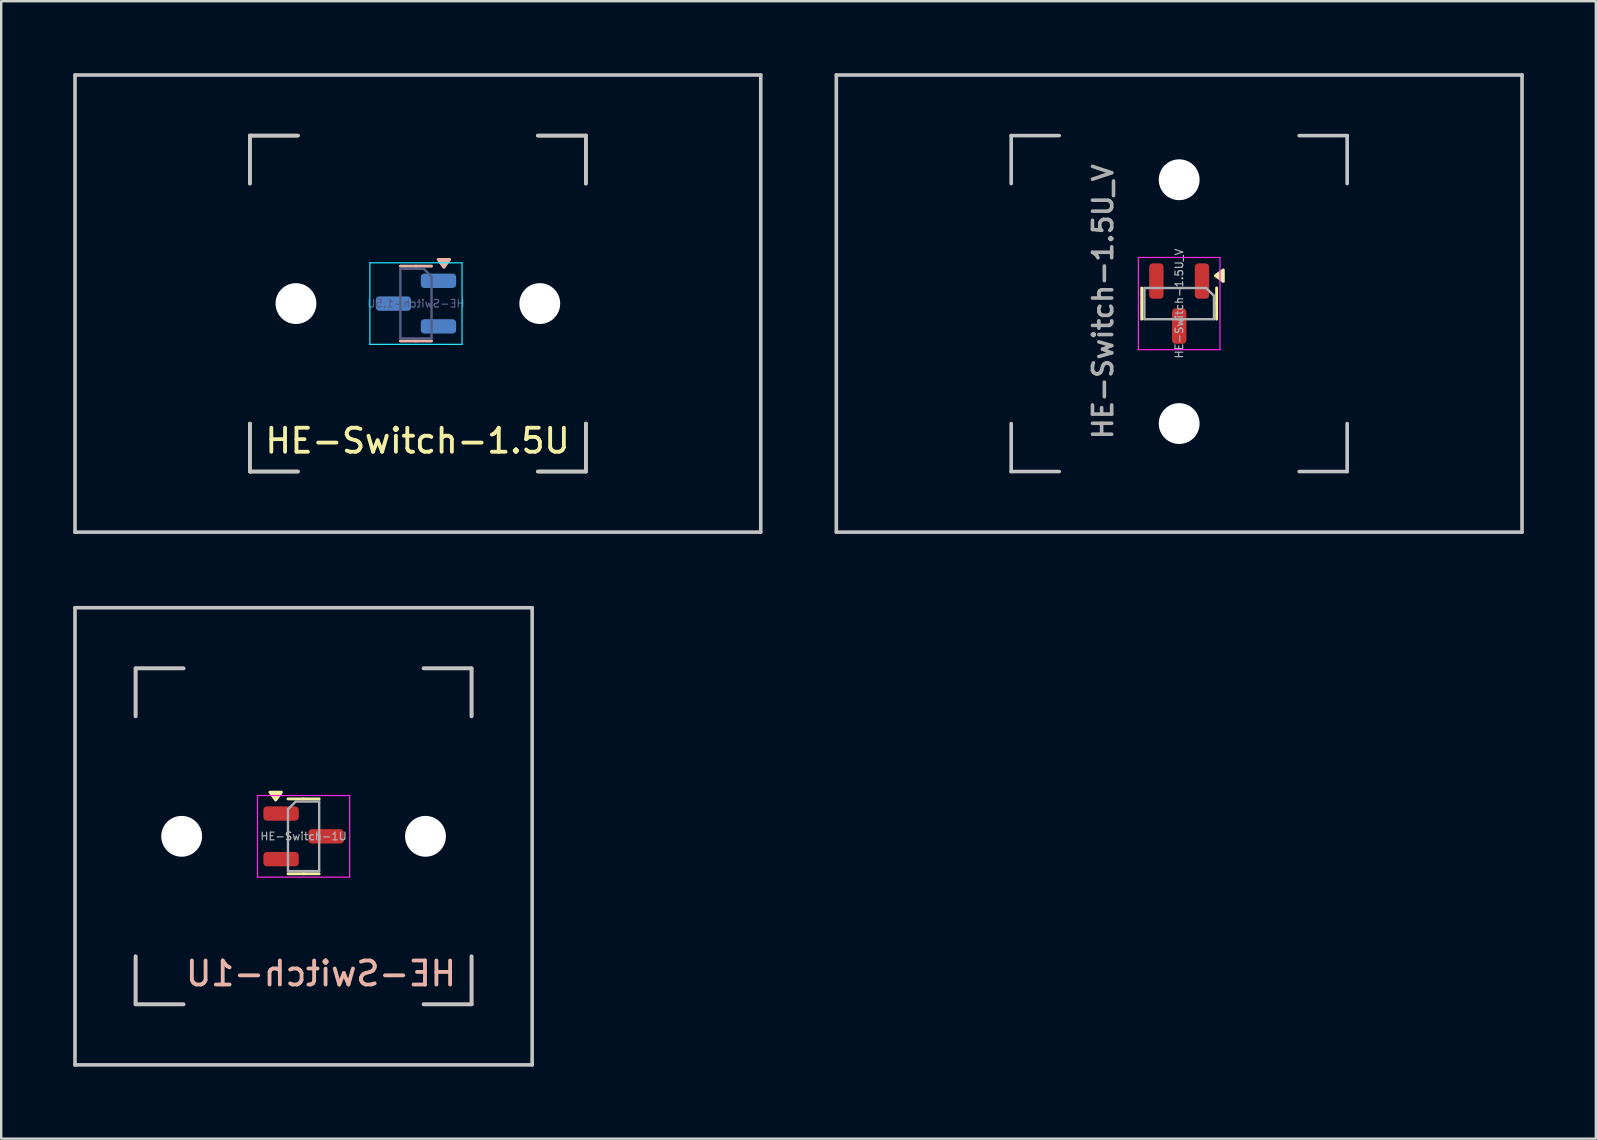
<source format=kicad_pcb>
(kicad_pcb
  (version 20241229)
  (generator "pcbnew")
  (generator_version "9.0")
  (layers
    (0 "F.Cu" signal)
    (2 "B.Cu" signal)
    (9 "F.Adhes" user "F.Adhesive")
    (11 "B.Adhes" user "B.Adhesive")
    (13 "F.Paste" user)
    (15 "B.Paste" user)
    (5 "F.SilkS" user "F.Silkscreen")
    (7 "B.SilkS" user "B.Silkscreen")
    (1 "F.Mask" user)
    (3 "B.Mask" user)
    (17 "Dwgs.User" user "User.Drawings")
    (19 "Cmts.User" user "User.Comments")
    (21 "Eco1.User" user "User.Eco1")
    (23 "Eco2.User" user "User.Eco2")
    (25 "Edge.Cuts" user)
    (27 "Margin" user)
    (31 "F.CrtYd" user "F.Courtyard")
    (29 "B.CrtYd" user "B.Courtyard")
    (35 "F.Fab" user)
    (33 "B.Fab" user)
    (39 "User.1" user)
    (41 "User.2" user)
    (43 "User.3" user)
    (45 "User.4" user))
  (footprint "HE-Switch-1U"
    (layer "F.Cu")
    (at 9.6 31.8)
    (property "Reference" "HE-Switch-1U" (at 6.45 5.72 0) (layer "B.SilkS") (effects (font (size 1 1) (thickness 0.16)) (justify left mirror)))
    (attr smd)
    (fp_line (start -0.65 -1.56) (end 0 -1.56) (stroke (width 0.12) (type solid)) (layer "F.SilkS"))
    (fp_line (start -0.65 1.56) (end 0 1.56) (stroke (width 0.12) (type solid)) (layer "F.SilkS"))
    (fp_line (start 0.65 -1.56) (end 0 -1.56) (stroke (width 0.12) (type solid)) (layer "F.SilkS"))
    (fp_line (start 0.65 1.56) (end 0 1.56) (stroke (width 0.12) (type solid)) (layer "F.SilkS"))
    (fp_poly (pts (xy -1.163 -1.51) (xy -1.403 -1.84) (xy -0.922 -1.84) (xy -1.163 -1.51)) (stroke (width 0.12) (type solid)) (fill yes) (layer "F.SilkS"))
    (fp_line (start -7 -7) (end -7 -5) (stroke (width 0.15) (type solid)) (layer "B.SilkS"))
    (fp_line (start -7 7) (end -7 5) (stroke (width 0.15) (type solid)) (layer "B.SilkS"))
    (fp_line (start -5 -7) (end -7 -7) (stroke (width 0.15) (type solid)) (layer "B.SilkS"))
    (fp_line (start -5 7) (end -7 7) (stroke (width 0.15) (type solid)) (layer "B.SilkS"))
    (fp_line (start 5 -7) (end 7 -7) (stroke (width 0.15) (type solid)) (layer "B.SilkS"))
    (fp_line (start 7 -7) (end 7 -5) (stroke (width 0.15) (type solid)) (layer "B.SilkS"))
    (fp_line (start 7 5) (end 7 7) (stroke (width 0.15) (type solid)) (layer "B.SilkS"))
    (fp_line (start 7 7) (end 5 7) (stroke (width 0.15) (type solid)) (layer "B.SilkS"))
    (fp_line (start -9.525 -9.525) (end 9.525 -9.525) (stroke (width 0.15) (type solid)) (layer "Dwgs.User"))
    (fp_line (start -9.525 9.525) (end -9.525 -9.525) (stroke (width 0.15) (type solid)) (layer "Dwgs.User"))
    (fp_line (start -9.525 9.525) (end 9.525 9.525) (stroke (width 0.15) (type solid)) (layer "Dwgs.User"))
    (fp_line (start -7 -7) (end -7 -5) (stroke (width 0.15) (type solid)) (layer "Dwgs.User"))
    (fp_line (start -7 7) (end -7 5) (stroke (width 0.15) (type solid)) (layer "Dwgs.User"))
    (fp_line (start -5 -7) (end -7 -7) (stroke (width 0.15) (type solid)) (layer "Dwgs.User"))
    (fp_line (start -5 7) (end -7 7) (stroke (width 0.15) (type solid)) (layer "Dwgs.User"))
    (fp_line (start 5 -7) (end 7 -7) (stroke (width 0.15) (type solid)) (layer "Dwgs.User"))
    (fp_line (start 7 -7) (end 7 -5) (stroke (width 0.15) (type solid)) (layer "Dwgs.User"))
    (fp_line (start 7 5) (end 7 7) (stroke (width 0.15) (type solid)) (layer "Dwgs.User"))
    (fp_line (start 7 7) (end 5 7) (stroke (width 0.15) (type solid)) (layer "Dwgs.User"))
    (fp_line (start 9.525 9.525) (end 9.525 -9.525) (stroke (width 0.15) (type solid)) (layer "Dwgs.User"))
    (fp_line (start -1.92 -1.7) (end 1.92 -1.7) (stroke (width 0.05) (type solid)) (layer "F.CrtYd"))
    (fp_line (start -1.92 1.7) (end -1.92 -1.7) (stroke (width 0.05) (type solid)) (layer "F.CrtYd"))
    (fp_line (start 1.92 -1.7) (end 1.92 1.7) (stroke (width 0.05) (type solid)) (layer "F.CrtYd"))
    (fp_line (start 1.92 1.7) (end -1.92 1.7) (stroke (width 0.05) (type solid)) (layer "F.CrtYd"))
    (fp_line (start -0.65 -1.125) (end -0.65 1.45) (stroke (width 0.1) (type solid)) (layer "F.Fab"))
    (fp_line (start -0.65 1.45) (end 0.65 1.45) (stroke (width 0.1) (type solid)) (layer "F.Fab"))
    (fp_line (start -0.325 -1.45) (end -0.65 -1.125) (stroke (width 0.1) (type solid)) (layer "F.Fab"))
    (fp_line (start 0.65 -1.45) (end -0.325 -1.45) (stroke (width 0.1) (type solid)) (layer "F.Fab"))
    (fp_line (start 0.65 1.45) (end 0.65 -1.45) (stroke (width 0.1) (type solid)) (layer "F.Fab"))
    (fp_text user "${REFERENCE}" (at 0 0 0) (layer "F.Fab") (effects (font (size 0.32 0.32) (thickness 0.05))))
    (pad "" np_thru_hole circle (at -5.08 0 311.901) (size 1.702 1.702) (drill 1.702) (layers "*.Cu" "*.Mask"))
    (pad "" np_thru_hole circle (at 5.08 0 311.901) (size 1.702 1.702) (drill 1.702) (layers "*.Cu" "*.Mask"))
    (pad "1" smd roundrect (at -0.938 -0.95) (size 1.475 0.6) (layers "F.Cu" "F.Mask" "F.Paste") (roundrect_rratio 0.25))
    (pad "2" smd roundrect (at -0.938 0.95) (size 1.475 0.6) (layers "F.Cu" "F.Mask" "F.Paste") (roundrect_rratio 0.25))
    (pad "3" smd roundrect (at 0.938 0) (size 1.475 0.6) (layers "F.Cu" "F.Mask" "F.Paste") (roundrect_rratio 0.25)))
  (footprint "HE-Switch-1.5U_V"
    (layer "F.Cu")
    (at 46.087 9.6)
    (property "Reference" "HE-Switch-1.5U_V" (at -3.175 -0.08 270) (layer "F.Fab") (effects (font (size 0.8 0.8) (thickness 0.15))))
    (attr smd)
    (fp_line (start -1.56 -0.65) (end -1.56 0) (stroke (width 0.12) (type solid)) (layer "F.SilkS"))
    (fp_line (start -1.56 0.65) (end -1.56 0) (stroke (width 0.12) (type solid)) (layer "F.SilkS"))
    (fp_line (start 1.56 -0.65) (end 1.56 0) (stroke (width 0.12) (type solid)) (layer "F.SilkS"))
    (fp_line (start 1.56 0.65) (end 1.56 0) (stroke (width 0.12) (type solid)) (layer "F.SilkS"))
    (fp_poly (pts (xy 1.51 -1.163) (xy 1.84 -1.403) (xy 1.84 -0.922) (xy 1.51 -1.163)) (stroke (width 0.12) (type solid)) (fill yes) (layer "F.SilkS"))
    (fp_line (start -14.287 -9.525) (end 14.287 -9.525) (stroke (width 0.15) (type solid)) (layer "Dwgs.User"))
    (fp_line (start -14.287 9.525) (end -14.287 -9.525) (stroke (width 0.15) (type solid)) (layer "Dwgs.User"))
    (fp_line (start -14.287 9.525) (end 14.287 9.525) (stroke (width 0.15) (type solid)) (layer "Dwgs.User"))
    (fp_line (start -7 -7) (end -7 -5) (stroke (width 0.15) (type solid)) (layer "Dwgs.User"))
    (fp_line (start -7 7) (end -7 5) (stroke (width 0.15) (type solid)) (layer "Dwgs.User"))
    (fp_line (start -5 -7) (end -7 -7) (stroke (width 0.15) (type solid)) (layer "Dwgs.User"))
    (fp_line (start -5 7) (end -7 7) (stroke (width 0.15) (type solid)) (layer "Dwgs.User"))
    (fp_line (start 5 -7) (end 7 -7) (stroke (width 0.15) (type solid)) (layer "Dwgs.User"))
    (fp_line (start 7 -7) (end 7 -5) (stroke (width 0.15) (type solid)) (layer "Dwgs.User"))
    (fp_line (start 7 5) (end 7 7) (stroke (width 0.15) (type solid)) (layer "Dwgs.User"))
    (fp_line (start 7 7) (end 5 7) (stroke (width 0.15) (type solid)) (layer "Dwgs.User"))
    (fp_line (start 14.287 9.525) (end 14.287 -9.525) (stroke (width 0.15) (type solid)) (layer "Dwgs.User"))
    (fp_line (start -1.7 -1.92) (end 1.7 -1.92) (stroke (width 0.05) (type solid)) (layer "F.CrtYd"))
    (fp_line (start -1.7 1.92) (end -1.7 -1.92) (stroke (width 0.05) (type solid)) (layer "F.CrtYd"))
    (fp_line (start 1.7 -1.92) (end 1.7 1.92) (stroke (width 0.05) (type solid)) (layer "F.CrtYd"))
    (fp_line (start 1.7 1.92) (end -1.7 1.92) (stroke (width 0.05) (type solid)) (layer "F.CrtYd"))
    (fp_line (start -1.45 -0.65) (end -1.45 0.65) (stroke (width 0.1) (type solid)) (layer "F.Fab"))
    (fp_line (start -1.45 0.65) (end 1.45 0.65) (stroke (width 0.1) (type solid)) (layer "F.Fab"))
    (fp_line (start 1.125 -0.65) (end -1.45 -0.65) (stroke (width 0.1) (type solid)) (layer "F.Fab"))
    (fp_line (start 1.45 -0.325) (end 1.125 -0.65) (stroke (width 0.1) (type solid)) (layer "F.Fab"))
    (fp_line (start 1.45 0.65) (end 1.45 -0.325) (stroke (width 0.1) (type solid)) (layer "F.Fab"))
    (fp_text user "${REFERENCE}" (at 0 0 270) (layer "F.Fab") (effects (font (size 0.32 0.32) (thickness 0.05))))
    (pad "" np_thru_hole circle (at 0 -5.16 221.901) (size 1.702 1.702) (drill 1.702) (layers "*.Cu" "*.Mask"))
    (pad "" np_thru_hole circle (at 0 5 221.901) (size 1.702 1.702) (drill 1.702) (layers "*.Cu" "*.Mask"))
    (pad "1" smd roundrect (at 0.95 -0.938 270) (size 1.475 0.6) (layers "F.Cu" "F.Mask" "F.Paste") (roundrect_rratio 0.25))
    (pad "2" smd roundrect (at -0.95 -0.938 270) (size 1.475 0.6) (layers "F.Cu" "F.Mask" "F.Paste") (roundrect_rratio 0.25))
    (pad "3" smd roundrect (at 0 0.938 270) (size 1.475 0.6) (layers "F.Cu" "F.Mask" "F.Paste") (roundrect_rratio 0.25)))
  (footprint "HE-Switch-1.5U"
    (layer "F.Cu")
    (at 14.363 9.6)
    (property "Reference" "HE-Switch-1.5U" (at -6.45 5.72 0) (layer "F.SilkS") (effects (font (size 1 1) (thickness 0.16)) (justify left)))
    (attr smd)
    (fp_line (start -7 -7) (end -7 -5) (stroke (width 0.15) (type solid)) (layer "F.SilkS"))
    (fp_line (start -7 5) (end -7 7) (stroke (width 0.15) (type solid)) (layer "F.SilkS"))
    (fp_line (start -7 7) (end -5 7) (stroke (width 0.15) (type solid)) (layer "F.SilkS"))
    (fp_line (start -5 -7) (end -7 -7) (stroke (width 0.15) (type solid)) (layer "F.SilkS"))
    (fp_line (start 5 -7) (end 7 -7) (stroke (width 0.15) (type solid)) (layer "F.SilkS"))
    (fp_line (start 5 7) (end 7 7) (stroke (width 0.15) (type solid)) (layer "F.SilkS"))
    (fp_line (start 7 -7) (end 7 -5) (stroke (width 0.15) (type solid)) (layer "F.SilkS"))
    (fp_line (start 7 7) (end 7 5) (stroke (width 0.15) (type solid)) (layer "F.SilkS"))
    (fp_line (start -0.73 -1.56) (end -0.08 -1.56) (stroke (width 0.12) (type solid)) (layer "B.SilkS"))
    (fp_line (start -0.73 1.56) (end -0.08 1.56) (stroke (width 0.12) (type solid)) (layer "B.SilkS"))
    (fp_line (start 0.57 -1.56) (end -0.08 -1.56) (stroke (width 0.12) (type solid)) (layer "B.SilkS"))
    (fp_line (start 0.57 1.56) (end -0.08 1.56) (stroke (width 0.12) (type solid)) (layer "B.SilkS"))
    (fp_poly (pts (xy 1.083 -1.51) (xy 1.323 -1.84) (xy 0.843 -1.84) (xy 1.083 -1.51)) (stroke (width 0.12) (type solid)) (fill yes) (layer "B.SilkS"))
    (fp_line (start -14.287 9.525) (end -14.287 -9.525) (stroke (width 0.15) (type solid)) (layer "Dwgs.User"))
    (fp_line (start -7 -7) (end -7 -5) (stroke (width 0.15) (type solid)) (layer "Dwgs.User"))
    (fp_line (start -7 5) (end -7 7) (stroke (width 0.15) (type solid)) (layer "Dwgs.User"))
    (fp_line (start -7 7) (end -5 7) (stroke (width 0.15) (type solid)) (layer "Dwgs.User"))
    (fp_line (start -5 -7) (end -7 -7) (stroke (width 0.15) (type solid)) (layer "Dwgs.User"))
    (fp_line (start 5 -7) (end 7 -7) (stroke (width 0.15) (type solid)) (layer "Dwgs.User"))
    (fp_line (start 5 7) (end 7 7) (stroke (width 0.15) (type solid)) (layer "Dwgs.User"))
    (fp_line (start 7 -7) (end 7 -5) (stroke (width 0.15) (type solid)) (layer "Dwgs.User"))
    (fp_line (start 7 7) (end 7 5) (stroke (width 0.15) (type solid)) (layer "Dwgs.User"))
    (fp_line (start 14.287 -9.525) (end -14.287 -9.525) (stroke (width 0.15) (type solid)) (layer "Dwgs.User"))
    (fp_line (start 14.287 9.525) (end -14.287 9.525) (stroke (width 0.15) (type solid)) (layer "Dwgs.User"))
    (fp_line (start 14.287 9.525) (end 14.287 -9.525) (stroke (width 0.15) (type solid)) (layer "Dwgs.User"))
    (fp_line (start -2 -1.7) (end -2 1.7) (stroke (width 0.05) (type solid)) (layer "B.CrtYd"))
    (fp_line (start -2 1.7) (end 1.84 1.7) (stroke (width 0.05) (type solid)) (layer "B.CrtYd"))
    (fp_line (start 1.84 -1.7) (end -2 -1.7) (stroke (width 0.05) (type solid)) (layer "B.CrtYd"))
    (fp_line (start 1.84 1.7) (end 1.84 -1.7) (stroke (width 0.05) (type solid)) (layer "B.CrtYd"))
    (fp_line (start -0.73 -1.45) (end 0.245 -1.45) (stroke (width 0.1) (type solid)) (layer "B.Fab"))
    (fp_line (start -0.73 1.45) (end -0.73 -1.45) (stroke (width 0.1) (type solid)) (layer "B.Fab"))
    (fp_line (start 0.245 -1.45) (end 0.57 -1.125) (stroke (width 0.1) (type solid)) (layer "B.Fab"))
    (fp_line (start 0.57 -1.125) (end 0.57 1.45) (stroke (width 0.1) (type solid)) (layer "B.Fab"))
    (fp_line (start 0.57 1.45) (end -0.73 1.45) (stroke (width 0.1) (type solid)) (layer "B.Fab"))
    (fp_text user "${REFERENCE}" (at -0.08 0 0) (layer "B.Fab") (effects (font (size 0.32 0.32) (thickness 0.05)) (justify mirror)))
    (pad "" np_thru_hole circle (at -5.08 0 48.099) (size 1.702 1.702) (drill 1.702) (layers "*.Cu" "*.Mask"))
    (pad "" np_thru_hole circle (at 5.08 0 48.099) (size 1.702 1.702) (drill 1.702) (layers "*.Cu" "*.Mask"))
    (pad "1" smd roundrect (at 0.858 -0.95) (size 1.475 0.6) (layers "B.Cu" "B.Mask" "B.Paste") (roundrect_rratio 0.25))
    (pad "2" smd roundrect (at 0.858 0.95) (size 1.475 0.6) (layers "B.Cu" "B.Mask" "B.Paste") (roundrect_rratio 0.25))
    (pad "3" smd roundrect (at -1.018 0) (size 1.475 0.6) (layers "B.Cu" "B.Mask" "B.Paste") (roundrect_rratio 0.25)))
  (gr_rect
    (start -3 -3)
    (end 63.45 44.4)
    (stroke (width 0.1) (type default))
    (fill no)
    (layer "Edge.Cuts")))
</source>
